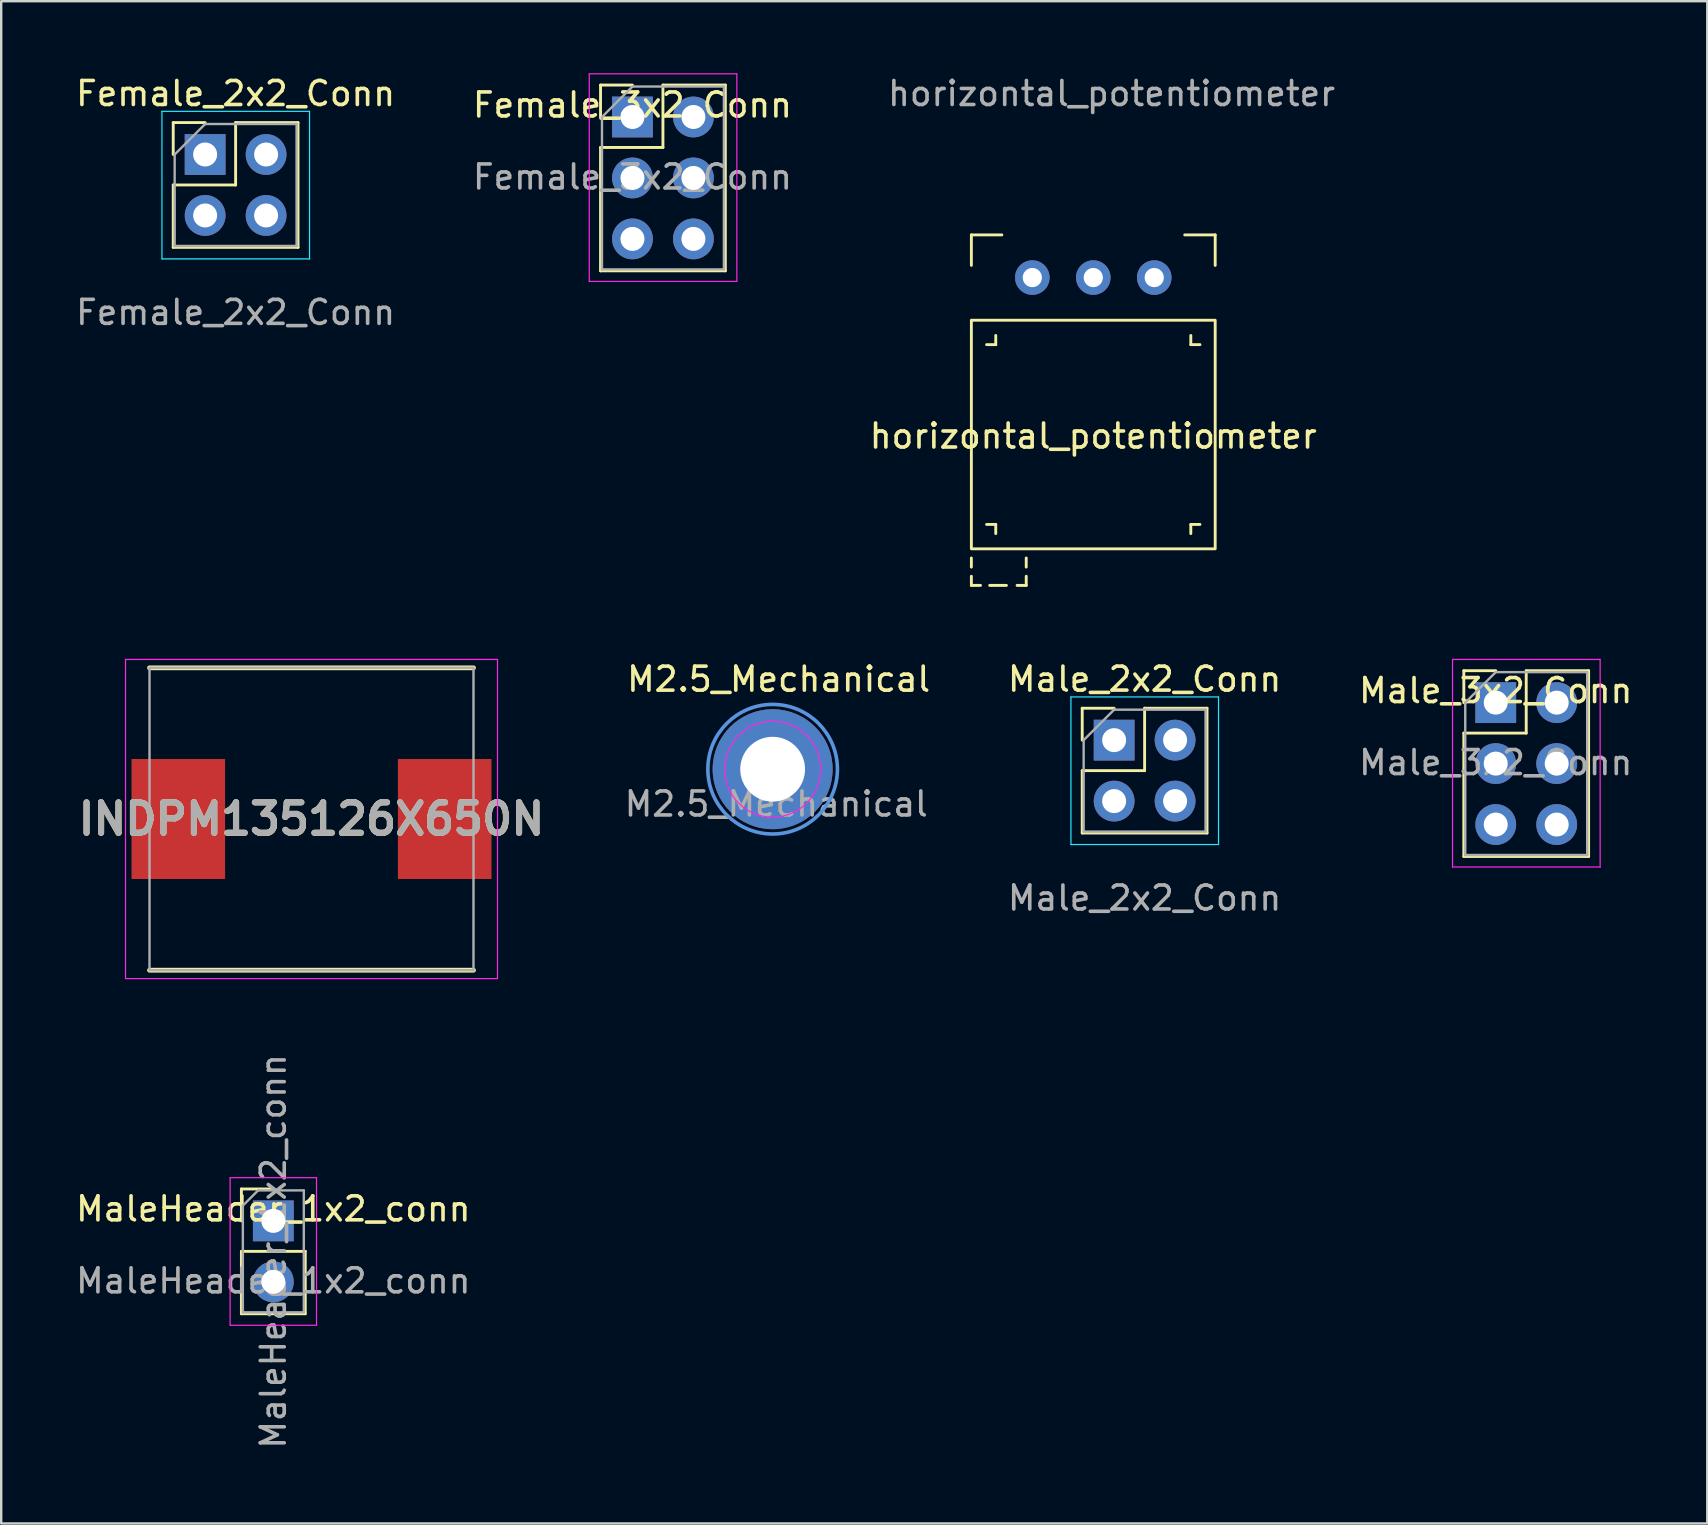
<source format=kicad_pcb>
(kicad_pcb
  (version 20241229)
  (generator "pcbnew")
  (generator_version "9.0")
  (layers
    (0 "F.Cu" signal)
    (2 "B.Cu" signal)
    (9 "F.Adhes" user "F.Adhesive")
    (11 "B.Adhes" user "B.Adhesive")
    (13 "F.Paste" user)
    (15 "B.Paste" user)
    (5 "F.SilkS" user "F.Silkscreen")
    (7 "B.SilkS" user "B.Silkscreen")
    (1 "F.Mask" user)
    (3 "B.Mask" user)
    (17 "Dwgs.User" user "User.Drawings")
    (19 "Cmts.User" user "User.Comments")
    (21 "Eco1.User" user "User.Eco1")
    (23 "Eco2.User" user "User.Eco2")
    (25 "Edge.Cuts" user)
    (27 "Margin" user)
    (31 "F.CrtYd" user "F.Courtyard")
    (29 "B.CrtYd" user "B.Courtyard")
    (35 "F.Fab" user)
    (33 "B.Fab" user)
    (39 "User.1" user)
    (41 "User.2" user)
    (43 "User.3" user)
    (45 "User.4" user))
  (footprint "M2.5_Mechanical"
    (layer "F.Cu")
    (at 29.145 29.002)
    (property "Reference" "M2.5_Mechanical" (at 0.25 -3.75 0) (unlocked yes) (layer "F.SilkS") (effects (font (size 1 1) (thickness 0.15))))
    (attr board_only exclude_from_bom)
    (fp_circle (center 0 0) (end 2.7 0) (stroke (width 0.15) (type solid)) (fill no) (layer "Cmts.User"))
    (fp_circle (center 0 0) (end 2 0) (stroke (width 0.05) (type solid)) (fill no) (layer "F.CrtYd"))
    (fp_text user "${REFERENCE}" (at 0.15 1.45 0) (unlocked yes) (layer "F.Fab") (effects (font (size 1 1) (thickness 0.15))))
    (pad "" thru_hole circle (at 0 0) (size 5 5) (drill 2.7) (layers "*.Cu" "*.Mask")))
  (footprint "Male_3x2_Conn"
    (layer "F.Cu")
    (at 59.276 26.228)
    (property "Reference" "Male_3x2_Conn" (at 0 -0.5 0) (unlocked yes) (layer "F.SilkS") (effects (font (size 1 1) (thickness 0.15))))
    (attr through_hole)
    (fp_line (start -1.33 -1.33) (end 0 -1.33) (stroke (width 0.12) (type solid)) (layer "F.SilkS"))
    (fp_line (start -1.33 0) (end -1.33 -1.33) (stroke (width 0.12) (type solid)) (layer "F.SilkS"))
    (fp_line (start -1.33 1.27) (end -1.33 6.41) (stroke (width 0.12) (type solid)) (layer "F.SilkS"))
    (fp_line (start -1.33 1.27) (end 1.27 1.27) (stroke (width 0.12) (type solid)) (layer "F.SilkS"))
    (fp_line (start -1.33 6.41) (end 3.87 6.41) (stroke (width 0.12) (type solid)) (layer "F.SilkS"))
    (fp_line (start 1.27 -1.33) (end 3.87 -1.33) (stroke (width 0.12) (type solid)) (layer "F.SilkS"))
    (fp_line (start 1.27 1.27) (end 1.27 -1.33) (stroke (width 0.12) (type solid)) (layer "F.SilkS"))
    (fp_line (start 3.87 -1.33) (end 3.87 6.41) (stroke (width 0.12) (type solid)) (layer "F.SilkS"))
    (fp_line (start -1.8 -1.8) (end -1.8 6.85) (stroke (width 0.05) (type solid)) (layer "F.CrtYd"))
    (fp_line (start -1.8 6.85) (end 4.35 6.85) (stroke (width 0.05) (type solid)) (layer "F.CrtYd"))
    (fp_line (start 4.35 -1.8) (end -1.8 -1.8) (stroke (width 0.05) (type solid)) (layer "F.CrtYd"))
    (fp_line (start 4.35 6.85) (end 4.35 -1.8) (stroke (width 0.05) (type solid)) (layer "F.CrtYd"))
    (fp_line (start -1.27 0) (end 0 -1.27) (stroke (width 0.1) (type solid)) (layer "F.Fab"))
    (fp_line (start -1.27 6.35) (end -1.27 0) (stroke (width 0.1) (type solid)) (layer "F.Fab"))
    (fp_line (start 0 -1.27) (end 3.81 -1.27) (stroke (width 0.1) (type solid)) (layer "F.Fab"))
    (fp_line (start 3.81 -1.27) (end 3.81 6.35) (stroke (width 0.1) (type solid)) (layer "F.Fab"))
    (fp_line (start 3.81 6.35) (end -1.27 6.35) (stroke (width 0.1) (type solid)) (layer "F.Fab"))
    (fp_text user "${REFERENCE}" (at 0 2.5 0) (unlocked yes) (layer "F.Fab") (effects (font (size 1 1) (thickness 0.15))))
    (pad "1" thru_hole rect (at 0 0) (size 1.7 1.7) (drill 1) (layers "*.Cu" "*.Mask"))
    (pad "2" thru_hole oval (at 2.54 0) (size 1.7 1.7) (drill 1) (layers "*.Cu" "*.Mask"))
    (pad "3" thru_hole oval (at 0 2.54) (size 1.7 1.7) (drill 1) (layers "*.Cu" "*.Mask"))
    (pad "4" thru_hole oval (at 2.54 2.54) (size 1.7 1.7) (drill 1) (layers "*.Cu" "*.Mask"))
    (pad "5" thru_hole oval (at 0 5.08) (size 1.7 1.7) (drill 1) (layers "*.Cu" "*.Mask"))
    (pad "6" thru_hole oval (at 2.54 5.08) (size 1.7 1.7) (drill 1) (layers "*.Cu" "*.Mask")))
  (footprint "Female_2x2_Conn"
    (layer "F.Cu")
    (at 5.498 3.388)
    (property "Reference" "Female_2x2_Conn" (at 1.27 -2.54 0) (unlocked yes) (layer "F.SilkS") (effects (font (size 1 1) (thickness 0.15))))
    (attr through_hole)
    (fp_line (start -1.33 -1.33) (end 0 -1.33) (stroke (width 0.12) (type solid)) (layer "F.SilkS"))
    (fp_line (start -1.33 0) (end -1.33 -1.33) (stroke (width 0.12) (type solid)) (layer "F.SilkS"))
    (fp_line (start -1.33 1.27) (end -1.33 3.87) (stroke (width 0.12) (type solid)) (layer "F.SilkS"))
    (fp_line (start -1.33 1.27) (end 1.27 1.27) (stroke (width 0.12) (type solid)) (layer "F.SilkS"))
    (fp_line (start -1.33 3.87) (end 3.87 3.87) (stroke (width 0.12) (type solid)) (layer "F.SilkS"))
    (fp_line (start 1.27 -1.33) (end 3.87 -1.33) (stroke (width 0.12) (type solid)) (layer "F.SilkS"))
    (fp_line (start 1.27 1.27) (end 1.27 -1.33) (stroke (width 0.12) (type solid)) (layer "F.SilkS"))
    (fp_line (start 3.87 -1.33) (end 3.87 3.87) (stroke (width 0.12) (type solid)) (layer "F.SilkS"))
    (fp_line (start -1.8 -1.8) (end -1.8 4.35) (stroke (width 0.05) (type solid)) (layer "B.CrtYd"))
    (fp_line (start -1.8 4.35) (end 4.35 4.35) (stroke (width 0.05) (type solid)) (layer "B.CrtYd"))
    (fp_line (start 4.35 -1.8) (end -1.8 -1.8) (stroke (width 0.05) (type solid)) (layer "B.CrtYd"))
    (fp_line (start 4.35 4.35) (end 4.35 -1.8) (stroke (width 0.05) (type solid)) (layer "B.CrtYd"))
    (fp_line (start -1.27 0) (end 0 -1.27) (stroke (width 0.1) (type solid)) (layer "F.Fab"))
    (fp_line (start -1.27 3.81) (end -1.27 0) (stroke (width 0.1) (type solid)) (layer "F.Fab"))
    (fp_line (start 0 -1.27) (end 3.81 -1.27) (stroke (width 0.1) (type solid)) (layer "F.Fab"))
    (fp_line (start 3.81 -1.27) (end 3.81 3.81) (stroke (width 0.1) (type solid)) (layer "F.Fab"))
    (fp_line (start 3.81 3.81) (end -1.27 3.81) (stroke (width 0.1) (type solid)) (layer "F.Fab"))
    (fp_text user "${REFERENCE}" (at 1.27 6.58 0) (unlocked yes) (layer "F.Fab") (effects (font (size 1 1) (thickness 0.15))))
    (pad "1" thru_hole rect (at 0 0) (size 1.7 1.7) (drill 1) (layers "*.Cu" "*.Mask"))
    (pad "2" thru_hole oval (at 2.54 0) (size 1.7 1.7) (drill 1) (layers "*.Cu" "*.Mask"))
    (pad "3" thru_hole oval (at 0 2.54) (size 1.7 1.7) (drill 1) (layers "*.Cu" "*.Mask"))
    (pad "4" thru_hole oval (at 2.54 2.54) (size 1.7 1.7) (drill 1) (layers "*.Cu" "*.Mask")))
  (footprint "MaleHeader_1x2_conn"
    (layer "F.Cu")
    (at 8.339 47.823)
    (property "Reference" "MaleHeader_1x2_conn" (at 0 -0.5 0) (unlocked yes) (layer "F.SilkS") (effects (font (size 1 1) (thickness 0.15))))
    (attr through_hole)
    (fp_line (start -1.33 -1.33) (end 0 -1.33) (stroke (width 0.12) (type solid)) (layer "F.SilkS"))
    (fp_line (start -1.33 0) (end -1.33 -1.33) (stroke (width 0.12) (type solid)) (layer "F.SilkS"))
    (fp_line (start -1.33 1.27) (end -1.33 3.87) (stroke (width 0.12) (type solid)) (layer "F.SilkS"))
    (fp_line (start -1.33 1.27) (end 1.33 1.27) (stroke (width 0.12) (type solid)) (layer "F.SilkS"))
    (fp_line (start -1.33 3.87) (end 1.33 3.87) (stroke (width 0.12) (type solid)) (layer "F.SilkS"))
    (fp_line (start 1.33 1.27) (end 1.33 3.87) (stroke (width 0.12) (type solid)) (layer "F.SilkS"))
    (fp_line (start -1.8 -1.8) (end -1.8 4.35) (stroke (width 0.05) (type solid)) (layer "F.CrtYd"))
    (fp_line (start -1.8 4.35) (end 1.8 4.35) (stroke (width 0.05) (type solid)) (layer "F.CrtYd"))
    (fp_line (start 1.8 -1.8) (end -1.8 -1.8) (stroke (width 0.05) (type solid)) (layer "F.CrtYd"))
    (fp_line (start 1.8 4.35) (end 1.8 -1.8) (stroke (width 0.05) (type solid)) (layer "F.CrtYd"))
    (fp_line (start -1.27 -0.635) (end -0.635 -1.27) (stroke (width 0.1) (type solid)) (layer "F.Fab"))
    (fp_line (start -1.27 3.81) (end -1.27 -0.635) (stroke (width 0.1) (type solid)) (layer "F.Fab"))
    (fp_line (start -0.635 -1.27) (end 1.27 -1.27) (stroke (width 0.1) (type solid)) (layer "F.Fab"))
    (fp_line (start 1.27 -1.27) (end 1.27 3.81) (stroke (width 0.1) (type solid)) (layer "F.Fab"))
    (fp_line (start 1.27 3.81) (end -1.27 3.81) (stroke (width 0.1) (type solid)) (layer "F.Fab"))
    (fp_text user "${REFERENCE}" (at 0 2.5 0) (unlocked yes) (layer "F.Fab") (effects (font (size 1 1) (thickness 0.15))))
    (fp_text user "${REFERENCE}" (at 0 1.27 90) (layer "F.Fab") (effects (font (size 1 1) (thickness 0.15))))
    (pad "1" thru_hole rect (at 0 0) (size 1.7 1.7) (drill 1) (layers "*.Cu" "*.Mask"))
    (pad "2" thru_hole oval (at 0 2.54) (size 1.7 1.7) (drill 1) (layers "*.Cu" "*.Mask")))
  (footprint "Male_2x2_Conn"
    (layer "F.Cu")
    (at 43.375 27.791)
    (property "Reference" "Male_2x2_Conn" (at 1.27 -2.54 0) (unlocked yes) (layer "F.SilkS") (effects (font (size 1 1) (thickness 0.15))))
    (attr through_hole)
    (fp_line (start -1.33 -1.33) (end 0 -1.33) (stroke (width 0.12) (type solid)) (layer "F.SilkS"))
    (fp_line (start -1.33 0) (end -1.33 -1.33) (stroke (width 0.12) (type solid)) (layer "F.SilkS"))
    (fp_line (start -1.33 1.27) (end -1.33 3.87) (stroke (width 0.12) (type solid)) (layer "F.SilkS"))
    (fp_line (start -1.33 1.27) (end 1.27 1.27) (stroke (width 0.12) (type solid)) (layer "F.SilkS"))
    (fp_line (start -1.33 3.87) (end 3.87 3.87) (stroke (width 0.12) (type solid)) (layer "F.SilkS"))
    (fp_line (start 1.27 -1.33) (end 3.87 -1.33) (stroke (width 0.12) (type solid)) (layer "F.SilkS"))
    (fp_line (start 1.27 1.27) (end 1.27 -1.33) (stroke (width 0.12) (type solid)) (layer "F.SilkS"))
    (fp_line (start 3.87 -1.33) (end 3.87 3.87) (stroke (width 0.12) (type solid)) (layer "F.SilkS"))
    (fp_line (start -1.8 -1.8) (end -1.8 4.35) (stroke (width 0.05) (type solid)) (layer "B.CrtYd"))
    (fp_line (start -1.8 4.35) (end 4.35 4.35) (stroke (width 0.05) (type solid)) (layer "B.CrtYd"))
    (fp_line (start 4.35 -1.8) (end -1.8 -1.8) (stroke (width 0.05) (type solid)) (layer "B.CrtYd"))
    (fp_line (start 4.35 4.35) (end 4.35 -1.8) (stroke (width 0.05) (type solid)) (layer "B.CrtYd"))
    (fp_line (start -1.27 0) (end 0 -1.27) (stroke (width 0.1) (type solid)) (layer "F.Fab"))
    (fp_line (start -1.27 3.81) (end -1.27 0) (stroke (width 0.1) (type solid)) (layer "F.Fab"))
    (fp_line (start 0 -1.27) (end 3.81 -1.27) (stroke (width 0.1) (type solid)) (layer "F.Fab"))
    (fp_line (start 3.81 -1.27) (end 3.81 3.81) (stroke (width 0.1) (type solid)) (layer "F.Fab"))
    (fp_line (start 3.81 3.81) (end -1.27 3.81) (stroke (width 0.1) (type solid)) (layer "F.Fab"))
    (fp_text user "${REFERENCE}" (at 1.27 6.58 0) (unlocked yes) (layer "F.Fab") (effects (font (size 1 1) (thickness 0.15))))
    (pad "1" thru_hole rect (at 0 0) (size 1.7 1.7) (drill 1) (layers "*.Cu" "*.Mask"))
    (pad "2" thru_hole oval (at 2.54 0) (size 1.7 1.7) (drill 1) (layers "*.Cu" "*.Mask"))
    (pad "3" thru_hole oval (at 0 2.54) (size 1.7 1.7) (drill 1) (layers "*.Cu" "*.Mask"))
    (pad "4" thru_hole oval (at 2.54 2.54) (size 1.7 1.7) (drill 1) (layers "*.Cu" "*.Mask")))
  (footprint "INDPM135126X650N"
    (layer "F.Cu")
    (at 9.93 31.078)
    (property "Reference" "INDPM135126X650N" (at 0 0 0) (layer "F.SilkS") (effects (font (size 1.27 1.27) (thickness 0.254))))
    (attr smd)
    (fp_line (start -6.75 6.3) (end 6.75 6.3) (stroke (width 0.2) (type solid)) (layer "F.SilkS"))
    (fp_line (start 6.75 -6.3) (end -6.75 -6.3) (stroke (width 0.2) (type solid)) (layer "F.SilkS"))
    (fp_line (start -7.75 -6.65) (end 7.75 -6.65) (stroke (width 0.05) (type solid)) (layer "F.CrtYd"))
    (fp_line (start -7.75 6.65) (end -7.75 -6.65) (stroke (width 0.05) (type solid)) (layer "F.CrtYd"))
    (fp_line (start 7.75 -6.65) (end 7.75 6.65) (stroke (width 0.05) (type solid)) (layer "F.CrtYd"))
    (fp_line (start 7.75 6.65) (end -7.75 6.65) (stroke (width 0.05) (type solid)) (layer "F.CrtYd"))
    (fp_line (start -6.75 -6.3) (end 6.75 -6.3) (stroke (width 0.1) (type solid)) (layer "F.Fab"))
    (fp_line (start -6.75 6.3) (end -6.75 -6.3) (stroke (width 0.1) (type solid)) (layer "F.Fab"))
    (fp_line (start 6.75 -6.3) (end 6.75 6.3) (stroke (width 0.1) (type solid)) (layer "F.Fab"))
    (fp_line (start 6.75 6.3) (end -6.75 6.3) (stroke (width 0.1) (type solid)) (layer "F.Fab"))
    (fp_text user "${REFERENCE}" (at 0 0 0) (layer "F.Fab") (effects (font (size 1.27 1.27) (thickness 0.254))))
    (pad "1" smd rect (at -5.55 0) (size 3.9 5) (layers "F.Cu" "F.Mask" "F.Paste"))
    (pad "2" smd rect (at 5.55 0) (size 3.9 5) (layers "F.Cu" "F.Mask" "F.Paste")))
  (footprint "horizontal_potentiometer"
    (layer "F.Cu")
    (at 42.506 8.516)
    (property "Reference" "horizontal_potentiometer" (at 0 6.604 0) (unlocked yes) (layer "F.SilkS") (effects (font (size 1 1) (thickness 0.15))))
    (attr smd)
    (fp_line (start -5.08 -0.508) (end -5.08 -1.778) (stroke (width 0.12) (type solid)) (layer "F.SilkS"))
    (fp_line (start -5.08 11.684) (end -5.08 12.065) (stroke (width 0.12) (type solid)) (layer "F.SilkS"))
    (fp_line (start -5.08 12.827) (end -5.08 12.446) (stroke (width 0.12) (type solid)) (layer "F.SilkS"))
    (fp_line (start -5.08 12.827) (end -4.699 12.827) (stroke (width 0.12) (type solid)) (layer "F.SilkS"))
    (fp_line (start -4.445 2.794) (end -4.064 2.794) (stroke (width 0.12) (type solid)) (layer "F.SilkS"))
    (fp_line (start -4.318 12.827) (end -3.619 12.827) (stroke (width 0.12) (type solid)) (layer "F.SilkS"))
    (fp_line (start -4.064 2.794) (end -4.064 2.413) (stroke (width 0.12) (type solid)) (layer "F.SilkS"))
    (fp_line (start -4.064 10.287) (end -4.445 10.287) (stroke (width 0.12) (type solid)) (layer "F.SilkS"))
    (fp_line (start -4.064 10.668) (end -4.064 10.287) (stroke (width 0.12) (type solid)) (layer "F.SilkS"))
    (fp_line (start -3.81 -1.778) (end -5.08 -1.778) (stroke (width 0.12) (type solid)) (layer "F.SilkS"))
    (fp_line (start -3.175 12.827) (end -2.794 12.827) (stroke (width 0.12) (type solid)) (layer "F.SilkS"))
    (fp_line (start -2.794 12.065) (end -2.794 11.684) (stroke (width 0.12) (type solid)) (layer "F.SilkS"))
    (fp_line (start -2.794 12.827) (end -2.794 12.446) (stroke (width 0.12) (type solid)) (layer "F.SilkS"))
    (fp_line (start 4.064 2.413) (end 4.064 2.794) (stroke (width 0.12) (type solid)) (layer "F.SilkS"))
    (fp_line (start 4.064 2.794) (end 4.445 2.794) (stroke (width 0.12) (type solid)) (layer "F.SilkS"))
    (fp_line (start 4.064 10.287) (end 4.064 10.668) (stroke (width 0.12) (type solid)) (layer "F.SilkS"))
    (fp_line (start 4.445 10.287) (end 4.064 10.287) (stroke (width 0.12) (type solid)) (layer "F.SilkS"))
    (fp_line (start 5.08 -1.778) (end 3.81 -1.778) (stroke (width 0.12) (type solid)) (layer "F.SilkS"))
    (fp_line (start 5.08 -0.508) (end 5.08 -1.778) (stroke (width 0.12) (type solid)) (layer "F.SilkS"))
    (fp_rect (start -5.08 1.778) (end 5.08 11.303) (stroke (width 0.12) (type solid)) (fill no) (layer "F.SilkS"))
    (fp_text user "${REFERENCE}" (at 0.762 -7.668 0) (unlocked yes) (layer "F.Fab") (effects (font (size 1 1) (thickness 0.15))))
    (pad "1" thru_hole circle (at 2.54 0) (size 1.44 1.44) (drill 0.8) (layers "*.Cu" "*.Mask"))
    (pad "2" thru_hole circle (at 0 0) (size 1.44 1.44) (drill 0.8) (layers "*.Cu" "*.Mask"))
    (pad "3" thru_hole circle (at -2.54 0) (size 1.44 1.44) (drill 0.8) (layers "*.Cu" "*.Mask")))
  (footprint "Female_3x2_Conn"
    (layer "F.Cu")
    (at 23.304 1.825)
    (property "Reference" "Female_3x2_Conn" (at 0 -0.5 0) (unlocked yes) (layer "F.SilkS") (effects (font (size 1 1) (thickness 0.15))))
    (attr through_hole)
    (fp_line (start -1.33 -1.33) (end 0 -1.33) (stroke (width 0.12) (type solid)) (layer "F.SilkS"))
    (fp_line (start -1.33 0) (end -1.33 -1.33) (stroke (width 0.12) (type solid)) (layer "F.SilkS"))
    (fp_line (start -1.33 1.27) (end -1.33 6.41) (stroke (width 0.12) (type solid)) (layer "F.SilkS"))
    (fp_line (start -1.33 1.27) (end 1.27 1.27) (stroke (width 0.12) (type solid)) (layer "F.SilkS"))
    (fp_line (start -1.33 6.41) (end 3.87 6.41) (stroke (width 0.12) (type solid)) (layer "F.SilkS"))
    (fp_line (start 1.27 -1.33) (end 3.87 -1.33) (stroke (width 0.12) (type solid)) (layer "F.SilkS"))
    (fp_line (start 1.27 1.27) (end 1.27 -1.33) (stroke (width 0.12) (type solid)) (layer "F.SilkS"))
    (fp_line (start 3.87 -1.33) (end 3.87 6.41) (stroke (width 0.12) (type solid)) (layer "F.SilkS"))
    (fp_line (start -1.8 -1.8) (end -1.8 6.85) (stroke (width 0.05) (type solid)) (layer "F.CrtYd"))
    (fp_line (start -1.8 6.85) (end 4.35 6.85) (stroke (width 0.05) (type solid)) (layer "F.CrtYd"))
    (fp_line (start 4.35 -1.8) (end -1.8 -1.8) (stroke (width 0.05) (type solid)) (layer "F.CrtYd"))
    (fp_line (start 4.35 6.85) (end 4.35 -1.8) (stroke (width 0.05) (type solid)) (layer "F.CrtYd"))
    (fp_line (start -1.27 0) (end 0 -1.27) (stroke (width 0.1) (type solid)) (layer "F.Fab"))
    (fp_line (start -1.27 6.35) (end -1.27 0) (stroke (width 0.1) (type solid)) (layer "F.Fab"))
    (fp_line (start 0 -1.27) (end 3.81 -1.27) (stroke (width 0.1) (type solid)) (layer "F.Fab"))
    (fp_line (start 3.81 -1.27) (end 3.81 6.35) (stroke (width 0.1) (type solid)) (layer "F.Fab"))
    (fp_line (start 3.81 6.35) (end -1.27 6.35) (stroke (width 0.1) (type solid)) (layer "F.Fab"))
    (fp_text user "${REFERENCE}" (at 0 2.5 0) (unlocked yes) (layer "F.Fab") (effects (font (size 1 1) (thickness 0.15))))
    (pad "1" thru_hole rect (at 0 0) (size 1.7 1.7) (drill 1) (layers "*.Cu" "*.Mask"))
    (pad "2" thru_hole oval (at 2.54 0) (size 1.7 1.7) (drill 1) (layers "*.Cu" "*.Mask"))
    (pad "3" thru_hole oval (at 0 2.54) (size 1.7 1.7) (drill 1) (layers "*.Cu" "*.Mask"))
    (pad "4" thru_hole oval (at 2.54 2.54) (size 1.7 1.7) (drill 1) (layers "*.Cu" "*.Mask"))
    (pad "5" thru_hole oval (at 0 5.08) (size 1.7 1.7) (drill 1) (layers "*.Cu" "*.Mask"))
    (pad "6" thru_hole oval (at 2.54 5.08) (size 1.7 1.7) (drill 1) (layers "*.Cu" "*.Mask")))
  (gr_rect
    (start -3 -3)
    (end 68.091 60.432)
    (stroke (width 0.1) (type default))
    (fill no)
    (layer "Edge.Cuts")))
</source>
